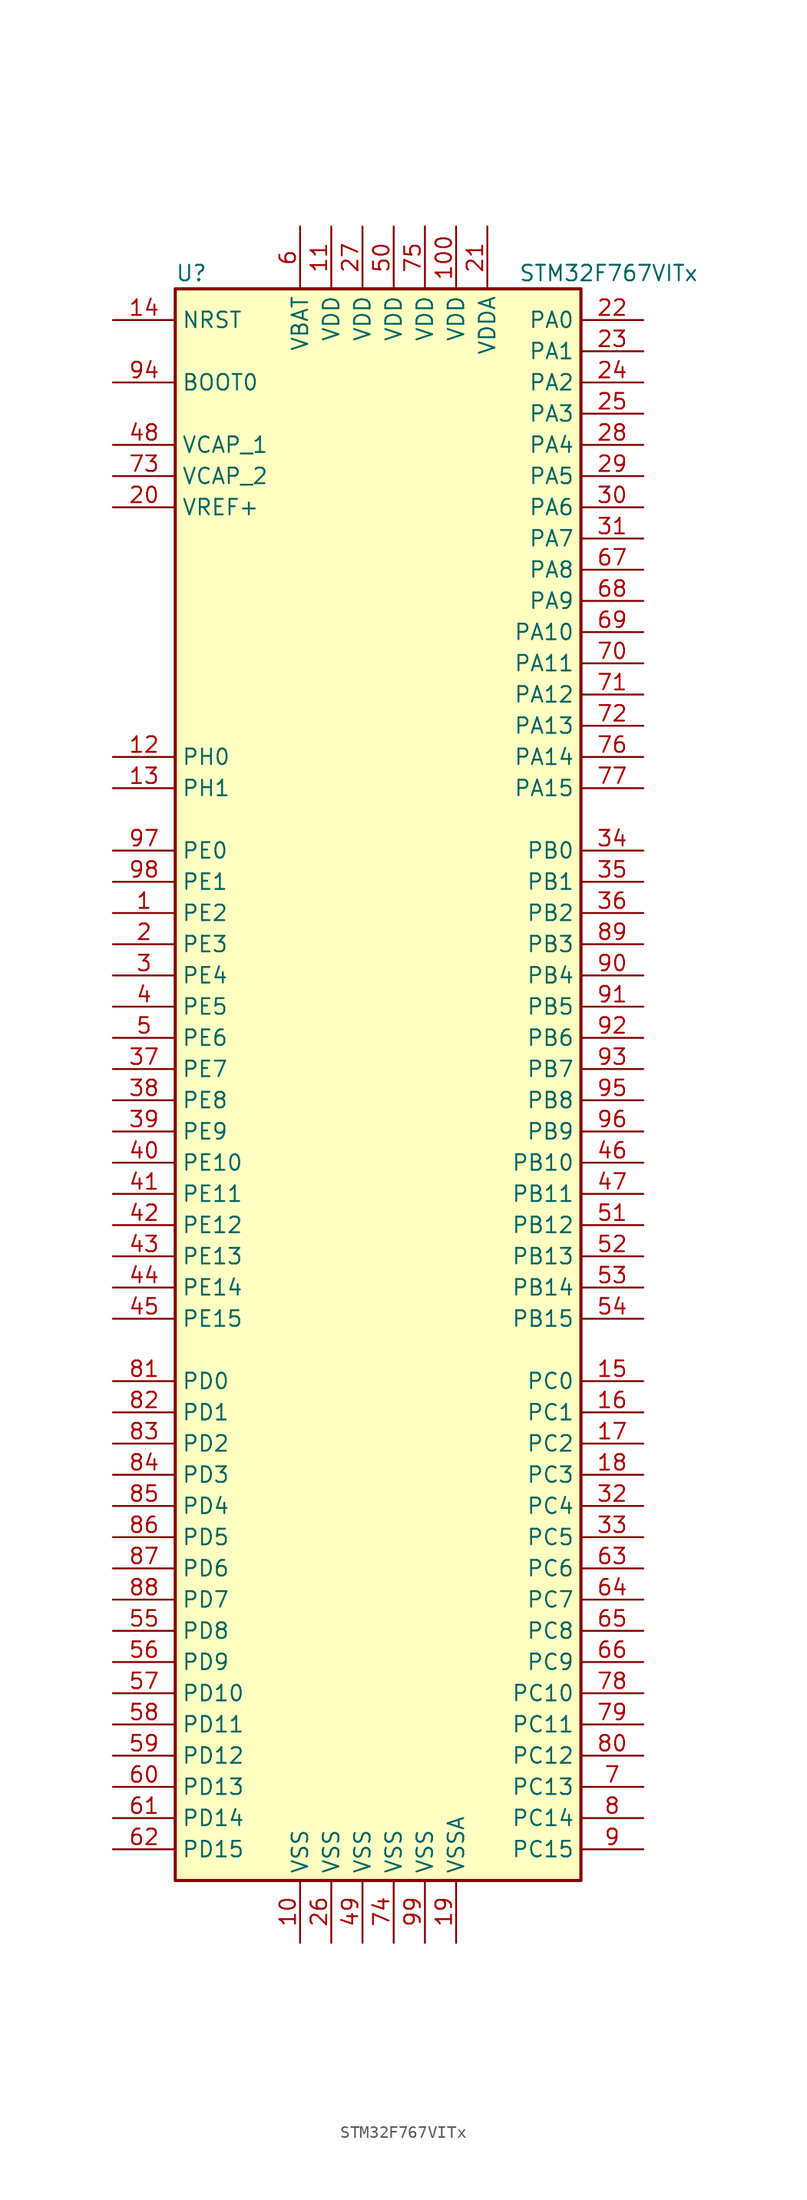
<source format=kicad_sym>
(kicad_symbol_lib
  (version 20201005)
  (generator kicad_symbol_editor)
  (symbol "STM32F767VITx"
    (property "Reference" "U"
      (at -17.78 64.77 0)
      (effects (font (size 1.27 1.27)) (justify left)))
    (property "Value" "STM32F767VITx"
      (at 10.16 64.77 0)
      (effects (font (size 1.27 1.27)) (justify left)))
    (symbol "STM32F767VITx_0_1"
      (rectangle (start -17.78 -66.04) (end 15.24 63.5) (stroke (width 0.254)) (fill (type background))))
    (symbol "STM32F767VITx_1_1"
      (pin input line (at -22.86 55.88 0) (length 5.08) (name "BOOT0" (effects (font (size 1.27 1.27)))) (number "94" (effects (font (size 1.27 1.27)))))
      (pin input line (at -22.86 60.96 0) (length 5.08) (name "NRST" (effects (font (size 1.27 1.27)))) (number "14" (effects (font (size 1.27 1.27)))))
      (pin bidirectional line (at 20.32 60.96 180) (length 5.08) (name "PA0" (effects (font (size 1.27 1.27)))) (number "22" (effects (font (size 1.27 1.27)))))
      (pin bidirectional line (at 20.32 58.42 180) (length 5.08) (name "PA1" (effects (font (size 1.27 1.27)))) (number "23" (effects (font (size 1.27 1.27)))))
      (pin bidirectional line (at 20.32 35.56 180) (length 5.08) (name "PA10" (effects (font (size 1.27 1.27)))) (number "69" (effects (font (size 1.27 1.27)))))
      (pin bidirectional line (at 20.32 33.02 180) (length 5.08) (name "PA11" (effects (font (size 1.27 1.27)))) (number "70" (effects (font (size 1.27 1.27)))))
      (pin bidirectional line (at 20.32 30.48 180) (length 5.08) (name "PA12" (effects (font (size 1.27 1.27)))) (number "71" (effects (font (size 1.27 1.27)))))
      (pin bidirectional line (at 20.32 27.94 180) (length 5.08) (name "PA13" (effects (font (size 1.27 1.27)))) (number "72" (effects (font (size 1.27 1.27)))))
      (pin bidirectional line (at 20.32 25.4 180) (length 5.08) (name "PA14" (effects (font (size 1.27 1.27)))) (number "76" (effects (font (size 1.27 1.27)))))
      (pin bidirectional line (at 20.32 22.86 180) (length 5.08) (name "PA15" (effects (font (size 1.27 1.27)))) (number "77" (effects (font (size 1.27 1.27)))))
      (pin bidirectional line (at 20.32 55.88 180) (length 5.08) (name "PA2" (effects (font (size 1.27 1.27)))) (number "24" (effects (font (size 1.27 1.27)))))
      (pin bidirectional line (at 20.32 53.34 180) (length 5.08) (name "PA3" (effects (font (size 1.27 1.27)))) (number "25" (effects (font (size 1.27 1.27)))))
      (pin bidirectional line (at 20.32 50.8 180) (length 5.08) (name "PA4" (effects (font (size 1.27 1.27)))) (number "28" (effects (font (size 1.27 1.27)))))
      (pin bidirectional line (at 20.32 48.26 180) (length 5.08) (name "PA5" (effects (font (size 1.27 1.27)))) (number "29" (effects (font (size 1.27 1.27)))))
      (pin bidirectional line (at 20.32 45.72 180) (length 5.08) (name "PA6" (effects (font (size 1.27 1.27)))) (number "30" (effects (font (size 1.27 1.27)))))
      (pin bidirectional line (at 20.32 43.18 180) (length 5.08) (name "PA7" (effects (font (size 1.27 1.27)))) (number "31" (effects (font (size 1.27 1.27)))))
      (pin bidirectional line (at 20.32 40.64 180) (length 5.08) (name "PA8" (effects (font (size 1.27 1.27)))) (number "67" (effects (font (size 1.27 1.27)))))
      (pin bidirectional line (at 20.32 38.1 180) (length 5.08) (name "PA9" (effects (font (size 1.27 1.27)))) (number "68" (effects (font (size 1.27 1.27)))))
      (pin bidirectional line (at 20.32 17.78 180) (length 5.08) (name "PB0" (effects (font (size 1.27 1.27)))) (number "34" (effects (font (size 1.27 1.27)))))
      (pin bidirectional line (at 20.32 15.24 180) (length 5.08) (name "PB1" (effects (font (size 1.27 1.27)))) (number "35" (effects (font (size 1.27 1.27)))))
      (pin bidirectional line (at 20.32 -7.62 180) (length 5.08) (name "PB10" (effects (font (size 1.27 1.27)))) (number "46" (effects (font (size 1.27 1.27)))))
      (pin bidirectional line (at 20.32 -10.16 180) (length 5.08) (name "PB11" (effects (font (size 1.27 1.27)))) (number "47" (effects (font (size 1.27 1.27)))))
      (pin bidirectional line (at 20.32 -12.7 180) (length 5.08) (name "PB12" (effects (font (size 1.27 1.27)))) (number "51" (effects (font (size 1.27 1.27)))))
      (pin bidirectional line (at 20.32 -15.24 180) (length 5.08) (name "PB13" (effects (font (size 1.27 1.27)))) (number "52" (effects (font (size 1.27 1.27)))))
      (pin bidirectional line (at 20.32 -17.78 180) (length 5.08) (name "PB14" (effects (font (size 1.27 1.27)))) (number "53" (effects (font (size 1.27 1.27)))))
      (pin bidirectional line (at 20.32 -20.32 180) (length 5.08) (name "PB15" (effects (font (size 1.27 1.27)))) (number "54" (effects (font (size 1.27 1.27)))))
      (pin bidirectional line (at 20.32 12.7 180) (length 5.08) (name "PB2" (effects (font (size 1.27 1.27)))) (number "36" (effects (font (size 1.27 1.27)))))
      (pin bidirectional line (at 20.32 10.16 180) (length 5.08) (name "PB3" (effects (font (size 1.27 1.27)))) (number "89" (effects (font (size 1.27 1.27)))))
      (pin bidirectional line (at 20.32 7.62 180) (length 5.08) (name "PB4" (effects (font (size 1.27 1.27)))) (number "90" (effects (font (size 1.27 1.27)))))
      (pin bidirectional line (at 20.32 5.08 180) (length 5.08) (name "PB5" (effects (font (size 1.27 1.27)))) (number "91" (effects (font (size 1.27 1.27)))))
      (pin bidirectional line (at 20.32 2.54 180) (length 5.08) (name "PB6" (effects (font (size 1.27 1.27)))) (number "92" (effects (font (size 1.27 1.27)))))
      (pin bidirectional line (at 20.32 0 180) (length 5.08) (name "PB7" (effects (font (size 1.27 1.27)))) (number "93" (effects (font (size 1.27 1.27)))))
      (pin bidirectional line (at 20.32 -2.54 180) (length 5.08) (name "PB8" (effects (font (size 1.27 1.27)))) (number "95" (effects (font (size 1.27 1.27)))))
      (pin bidirectional line (at 20.32 -5.08 180) (length 5.08) (name "PB9" (effects (font (size 1.27 1.27)))) (number "96" (effects (font (size 1.27 1.27)))))
      (pin bidirectional line (at 20.32 -25.4 180) (length 5.08) (name "PC0" (effects (font (size 1.27 1.27)))) (number "15" (effects (font (size 1.27 1.27)))))
      (pin bidirectional line (at 20.32 -27.94 180) (length 5.08) (name "PC1" (effects (font (size 1.27 1.27)))) (number "16" (effects (font (size 1.27 1.27)))))
      (pin bidirectional line (at 20.32 -50.8 180) (length 5.08) (name "PC10" (effects (font (size 1.27 1.27)))) (number "78" (effects (font (size 1.27 1.27)))))
      (pin bidirectional line (at 20.32 -53.34 180) (length 5.08) (name "PC11" (effects (font (size 1.27 1.27)))) (number "79" (effects (font (size 1.27 1.27)))))
      (pin bidirectional line (at 20.32 -55.88 180) (length 5.08) (name "PC12" (effects (font (size 1.27 1.27)))) (number "80" (effects (font (size 1.27 1.27)))))
      (pin bidirectional line (at 20.32 -58.42 180) (length 5.08) (name "PC13" (effects (font (size 1.27 1.27)))) (number "7" (effects (font (size 1.27 1.27)))))
      (pin bidirectional line (at 20.32 -60.96 180) (length 5.08) (name "PC14" (effects (font (size 1.27 1.27)))) (number "8" (effects (font (size 1.27 1.27)))))
      (pin bidirectional line (at 20.32 -63.5 180) (length 5.08) (name "PC15" (effects (font (size 1.27 1.27)))) (number "9" (effects (font (size 1.27 1.27)))))
      (pin bidirectional line (at 20.32 -30.48 180) (length 5.08) (name "PC2" (effects (font (size 1.27 1.27)))) (number "17" (effects (font (size 1.27 1.27)))))
      (pin bidirectional line (at 20.32 -33.02 180) (length 5.08) (name "PC3" (effects (font (size 1.27 1.27)))) (number "18" (effects (font (size 1.27 1.27)))))
      (pin bidirectional line (at 20.32 -35.56 180) (length 5.08) (name "PC4" (effects (font (size 1.27 1.27)))) (number "32" (effects (font (size 1.27 1.27)))))
      (pin bidirectional line (at 20.32 -38.1 180) (length 5.08) (name "PC5" (effects (font (size 1.27 1.27)))) (number "33" (effects (font (size 1.27 1.27)))))
      (pin bidirectional line (at 20.32 -40.64 180) (length 5.08) (name "PC6" (effects (font (size 1.27 1.27)))) (number "63" (effects (font (size 1.27 1.27)))))
      (pin bidirectional line (at 20.32 -43.18 180) (length 5.08) (name "PC7" (effects (font (size 1.27 1.27)))) (number "64" (effects (font (size 1.27 1.27)))))
      (pin bidirectional line (at 20.32 -45.72 180) (length 5.08) (name "PC8" (effects (font (size 1.27 1.27)))) (number "65" (effects (font (size 1.27 1.27)))))
      (pin bidirectional line (at 20.32 -48.26 180) (length 5.08) (name "PC9" (effects (font (size 1.27 1.27)))) (number "66" (effects (font (size 1.27 1.27)))))
      (pin bidirectional line (at -22.86 -25.4 0) (length 5.08) (name "PD0" (effects (font (size 1.27 1.27)))) (number "81" (effects (font (size 1.27 1.27)))))
      (pin bidirectional line (at -22.86 -27.94 0) (length 5.08) (name "PD1" (effects (font (size 1.27 1.27)))) (number "82" (effects (font (size 1.27 1.27)))))
      (pin bidirectional line (at -22.86 -50.8 0) (length 5.08) (name "PD10" (effects (font (size 1.27 1.27)))) (number "57" (effects (font (size 1.27 1.27)))))
      (pin bidirectional line (at -22.86 -53.34 0) (length 5.08) (name "PD11" (effects (font (size 1.27 1.27)))) (number "58" (effects (font (size 1.27 1.27)))))
      (pin bidirectional line (at -22.86 -55.88 0) (length 5.08) (name "PD12" (effects (font (size 1.27 1.27)))) (number "59" (effects (font (size 1.27 1.27)))))
      (pin bidirectional line (at -22.86 -58.42 0) (length 5.08) (name "PD13" (effects (font (size 1.27 1.27)))) (number "60" (effects (font (size 1.27 1.27)))))
      (pin bidirectional line (at -22.86 -60.96 0) (length 5.08) (name "PD14" (effects (font (size 1.27 1.27)))) (number "61" (effects (font (size 1.27 1.27)))))
      (pin bidirectional line (at -22.86 -63.5 0) (length 5.08) (name "PD15" (effects (font (size 1.27 1.27)))) (number "62" (effects (font (size 1.27 1.27)))))
      (pin bidirectional line (at -22.86 -30.48 0) (length 5.08) (name "PD2" (effects (font (size 1.27 1.27)))) (number "83" (effects (font (size 1.27 1.27)))))
      (pin bidirectional line (at -22.86 -33.02 0) (length 5.08) (name "PD3" (effects (font (size 1.27 1.27)))) (number "84" (effects (font (size 1.27 1.27)))))
      (pin bidirectional line (at -22.86 -35.56 0) (length 5.08) (name "PD4" (effects (font (size 1.27 1.27)))) (number "85" (effects (font (size 1.27 1.27)))))
      (pin bidirectional line (at -22.86 -38.1 0) (length 5.08) (name "PD5" (effects (font (size 1.27 1.27)))) (number "86" (effects (font (size 1.27 1.27)))))
      (pin bidirectional line (at -22.86 -40.64 0) (length 5.08) (name "PD6" (effects (font (size 1.27 1.27)))) (number "87" (effects (font (size 1.27 1.27)))))
      (pin bidirectional line (at -22.86 -43.18 0) (length 5.08) (name "PD7" (effects (font (size 1.27 1.27)))) (number "88" (effects (font (size 1.27 1.27)))))
      (pin bidirectional line (at -22.86 -45.72 0) (length 5.08) (name "PD8" (effects (font (size 1.27 1.27)))) (number "55" (effects (font (size 1.27 1.27)))))
      (pin bidirectional line (at -22.86 -48.26 0) (length 5.08) (name "PD9" (effects (font (size 1.27 1.27)))) (number "56" (effects (font (size 1.27 1.27)))))
      (pin bidirectional line (at -22.86 17.78 0) (length 5.08) (name "PE0" (effects (font (size 1.27 1.27)))) (number "97" (effects (font (size 1.27 1.27)))))
      (pin bidirectional line (at -22.86 15.24 0) (length 5.08) (name "PE1" (effects (font (size 1.27 1.27)))) (number "98" (effects (font (size 1.27 1.27)))))
      (pin bidirectional line (at -22.86 -7.62 0) (length 5.08) (name "PE10" (effects (font (size 1.27 1.27)))) (number "40" (effects (font (size 1.27 1.27)))))
      (pin bidirectional line (at -22.86 -10.16 0) (length 5.08) (name "PE11" (effects (font (size 1.27 1.27)))) (number "41" (effects (font (size 1.27 1.27)))))
      (pin bidirectional line (at -22.86 -12.7 0) (length 5.08) (name "PE12" (effects (font (size 1.27 1.27)))) (number "42" (effects (font (size 1.27 1.27)))))
      (pin bidirectional line (at -22.86 -15.24 0) (length 5.08) (name "PE13" (effects (font (size 1.27 1.27)))) (number "43" (effects (font (size 1.27 1.27)))))
      (pin bidirectional line (at -22.86 -17.78 0) (length 5.08) (name "PE14" (effects (font (size 1.27 1.27)))) (number "44" (effects (font (size 1.27 1.27)))))
      (pin bidirectional line (at -22.86 -20.32 0) (length 5.08) (name "PE15" (effects (font (size 1.27 1.27)))) (number "45" (effects (font (size 1.27 1.27)))))
      (pin bidirectional line (at -22.86 12.7 0) (length 5.08) (name "PE2" (effects (font (size 1.27 1.27)))) (number "1" (effects (font (size 1.27 1.27)))))
      (pin bidirectional line (at -22.86 10.16 0) (length 5.08) (name "PE3" (effects (font (size 1.27 1.27)))) (number "2" (effects (font (size 1.27 1.27)))))
      (pin bidirectional line (at -22.86 7.62 0) (length 5.08) (name "PE4" (effects (font (size 1.27 1.27)))) (number "3" (effects (font (size 1.27 1.27)))))
      (pin bidirectional line (at -22.86 5.08 0) (length 5.08) (name "PE5" (effects (font (size 1.27 1.27)))) (number "4" (effects (font (size 1.27 1.27)))))
      (pin bidirectional line (at -22.86 2.54 0) (length 5.08) (name "PE6" (effects (font (size 1.27 1.27)))) (number "5" (effects (font (size 1.27 1.27)))))
      (pin bidirectional line (at -22.86 0 0) (length 5.08) (name "PE7" (effects (font (size 1.27 1.27)))) (number "37" (effects (font (size 1.27 1.27)))))
      (pin bidirectional line (at -22.86 -2.54 0) (length 5.08) (name "PE8" (effects (font (size 1.27 1.27)))) (number "38" (effects (font (size 1.27 1.27)))))
      (pin bidirectional line (at -22.86 -5.08 0) (length 5.08) (name "PE9" (effects (font (size 1.27 1.27)))) (number "39" (effects (font (size 1.27 1.27)))))
      (pin input line (at -22.86 25.4 0) (length 5.08) (name "PH0" (effects (font (size 1.27 1.27)))) (number "12" (effects (font (size 1.27 1.27)))))
      (pin input line (at -22.86 22.86 0) (length 5.08) (name "PH1" (effects (font (size 1.27 1.27)))) (number "13" (effects (font (size 1.27 1.27)))))
      (pin power_in line (at -7.62 68.58 270) (length 5.08) (name "VBAT" (effects (font (size 1.27 1.27)))) (number "6" (effects (font (size 1.27 1.27)))))
      (pin power_in line (at -22.86 50.8 0) (length 5.08) (name "VCAP_1" (effects (font (size 1.27 1.27)))) (number "48" (effects (font (size 1.27 1.27)))))
      (pin power_in line (at -22.86 48.26 0) (length 5.08) (name "VCAP_2" (effects (font (size 1.27 1.27)))) (number "73" (effects (font (size 1.27 1.27)))))
      (pin power_in line (at 5.08 68.58 270) (length 5.08) (name "VDD" (effects (font (size 1.27 1.27)))) (number "100" (effects (font (size 1.27 1.27)))))
      (pin power_in line (at -5.08 68.58 270) (length 5.08) (name "VDD" (effects (font (size 1.27 1.27)))) (number "11" (effects (font (size 1.27 1.27)))))
      (pin power_in line (at -2.54 68.58 270) (length 5.08) (name "VDD" (effects (font (size 1.27 1.27)))) (number "27" (effects (font (size 1.27 1.27)))))
      (pin power_in line (at 0 68.58 270) (length 5.08) (name "VDD" (effects (font (size 1.27 1.27)))) (number "50" (effects (font (size 1.27 1.27)))))
      (pin power_in line (at 2.54 68.58 270) (length 5.08) (name "VDD" (effects (font (size 1.27 1.27)))) (number "75" (effects (font (size 1.27 1.27)))))
      (pin power_in line (at 7.62 68.58 270) (length 5.08) (name "VDDA" (effects (font (size 1.27 1.27)))) (number "21" (effects (font (size 1.27 1.27)))))
      (pin power_in line (at -22.86 45.72 0) (length 5.08) (name "VREF+" (effects (font (size 1.27 1.27)))) (number "20" (effects (font (size 1.27 1.27)))))
      (pin power_in line (at -7.62 -71.12 90) (length 5.08) (name "VSS" (effects (font (size 1.27 1.27)))) (number "10" (effects (font (size 1.27 1.27)))))
      (pin power_in line (at -5.08 -71.12 90) (length 5.08) (name "VSS" (effects (font (size 1.27 1.27)))) (number "26" (effects (font (size 1.27 1.27)))))
      (pin power_in line (at -2.54 -71.12 90) (length 5.08) (name "VSS" (effects (font (size 1.27 1.27)))) (number "49" (effects (font (size 1.27 1.27)))))
      (pin power_in line (at 0 -71.12 90) (length 5.08) (name "VSS" (effects (font (size 1.27 1.27)))) (number "74" (effects (font (size 1.27 1.27)))))
      (pin power_in line (at 2.54 -71.12 90) (length 5.08) (name "VSS" (effects (font (size 1.27 1.27)))) (number "99" (effects (font (size 1.27 1.27)))))
      (pin power_in line (at 5.08 -71.12 90) (length 5.08) (name "VSSA" (effects (font (size 1.27 1.27)))) (number "19" (effects (font (size 1.27 1.27))))))))
</source>
